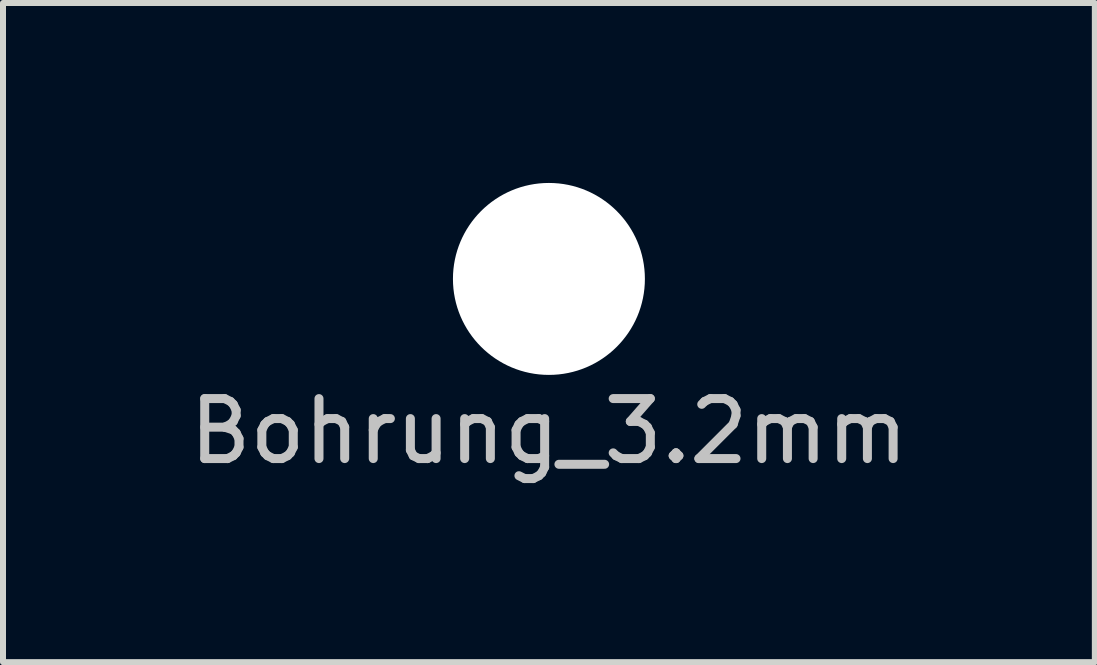
<source format=kicad_pcb>
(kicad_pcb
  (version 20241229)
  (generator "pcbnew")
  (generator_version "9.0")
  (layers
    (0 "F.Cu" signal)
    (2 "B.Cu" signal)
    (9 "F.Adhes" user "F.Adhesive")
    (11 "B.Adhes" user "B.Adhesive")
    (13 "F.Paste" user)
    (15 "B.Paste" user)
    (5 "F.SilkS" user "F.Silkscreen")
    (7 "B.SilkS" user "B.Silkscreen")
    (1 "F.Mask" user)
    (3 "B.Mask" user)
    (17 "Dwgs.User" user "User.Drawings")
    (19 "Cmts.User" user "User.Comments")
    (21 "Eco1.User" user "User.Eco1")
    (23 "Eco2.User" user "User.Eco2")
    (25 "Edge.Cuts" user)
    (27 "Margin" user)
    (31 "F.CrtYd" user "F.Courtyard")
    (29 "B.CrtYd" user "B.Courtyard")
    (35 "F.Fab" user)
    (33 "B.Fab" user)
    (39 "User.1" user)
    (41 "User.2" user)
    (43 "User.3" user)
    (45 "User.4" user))
  (footprint "Bohrung_3.2mm"
    (layer "F.Cu")
    (at 6.101 1.6)
    (property "Reference" "Bohrung_3.2mm" (at 0 2.54 0) (layer "Dwgs.User") (effects (font (size 1 1) (thickness 0.15))))
    (attr through_hole)
    (pad "" np_thru_hole circle (at 0 0) (size 3.2 3.2) (drill 3.2) (layers "*.Cu" "*.Mask")))
  (gr_rect
    (start -3 -3)
    (end 15.202 7.988)
    (stroke (width 0.1) (type default))
    (fill no)
    (layer "Edge.Cuts")))
</source>
